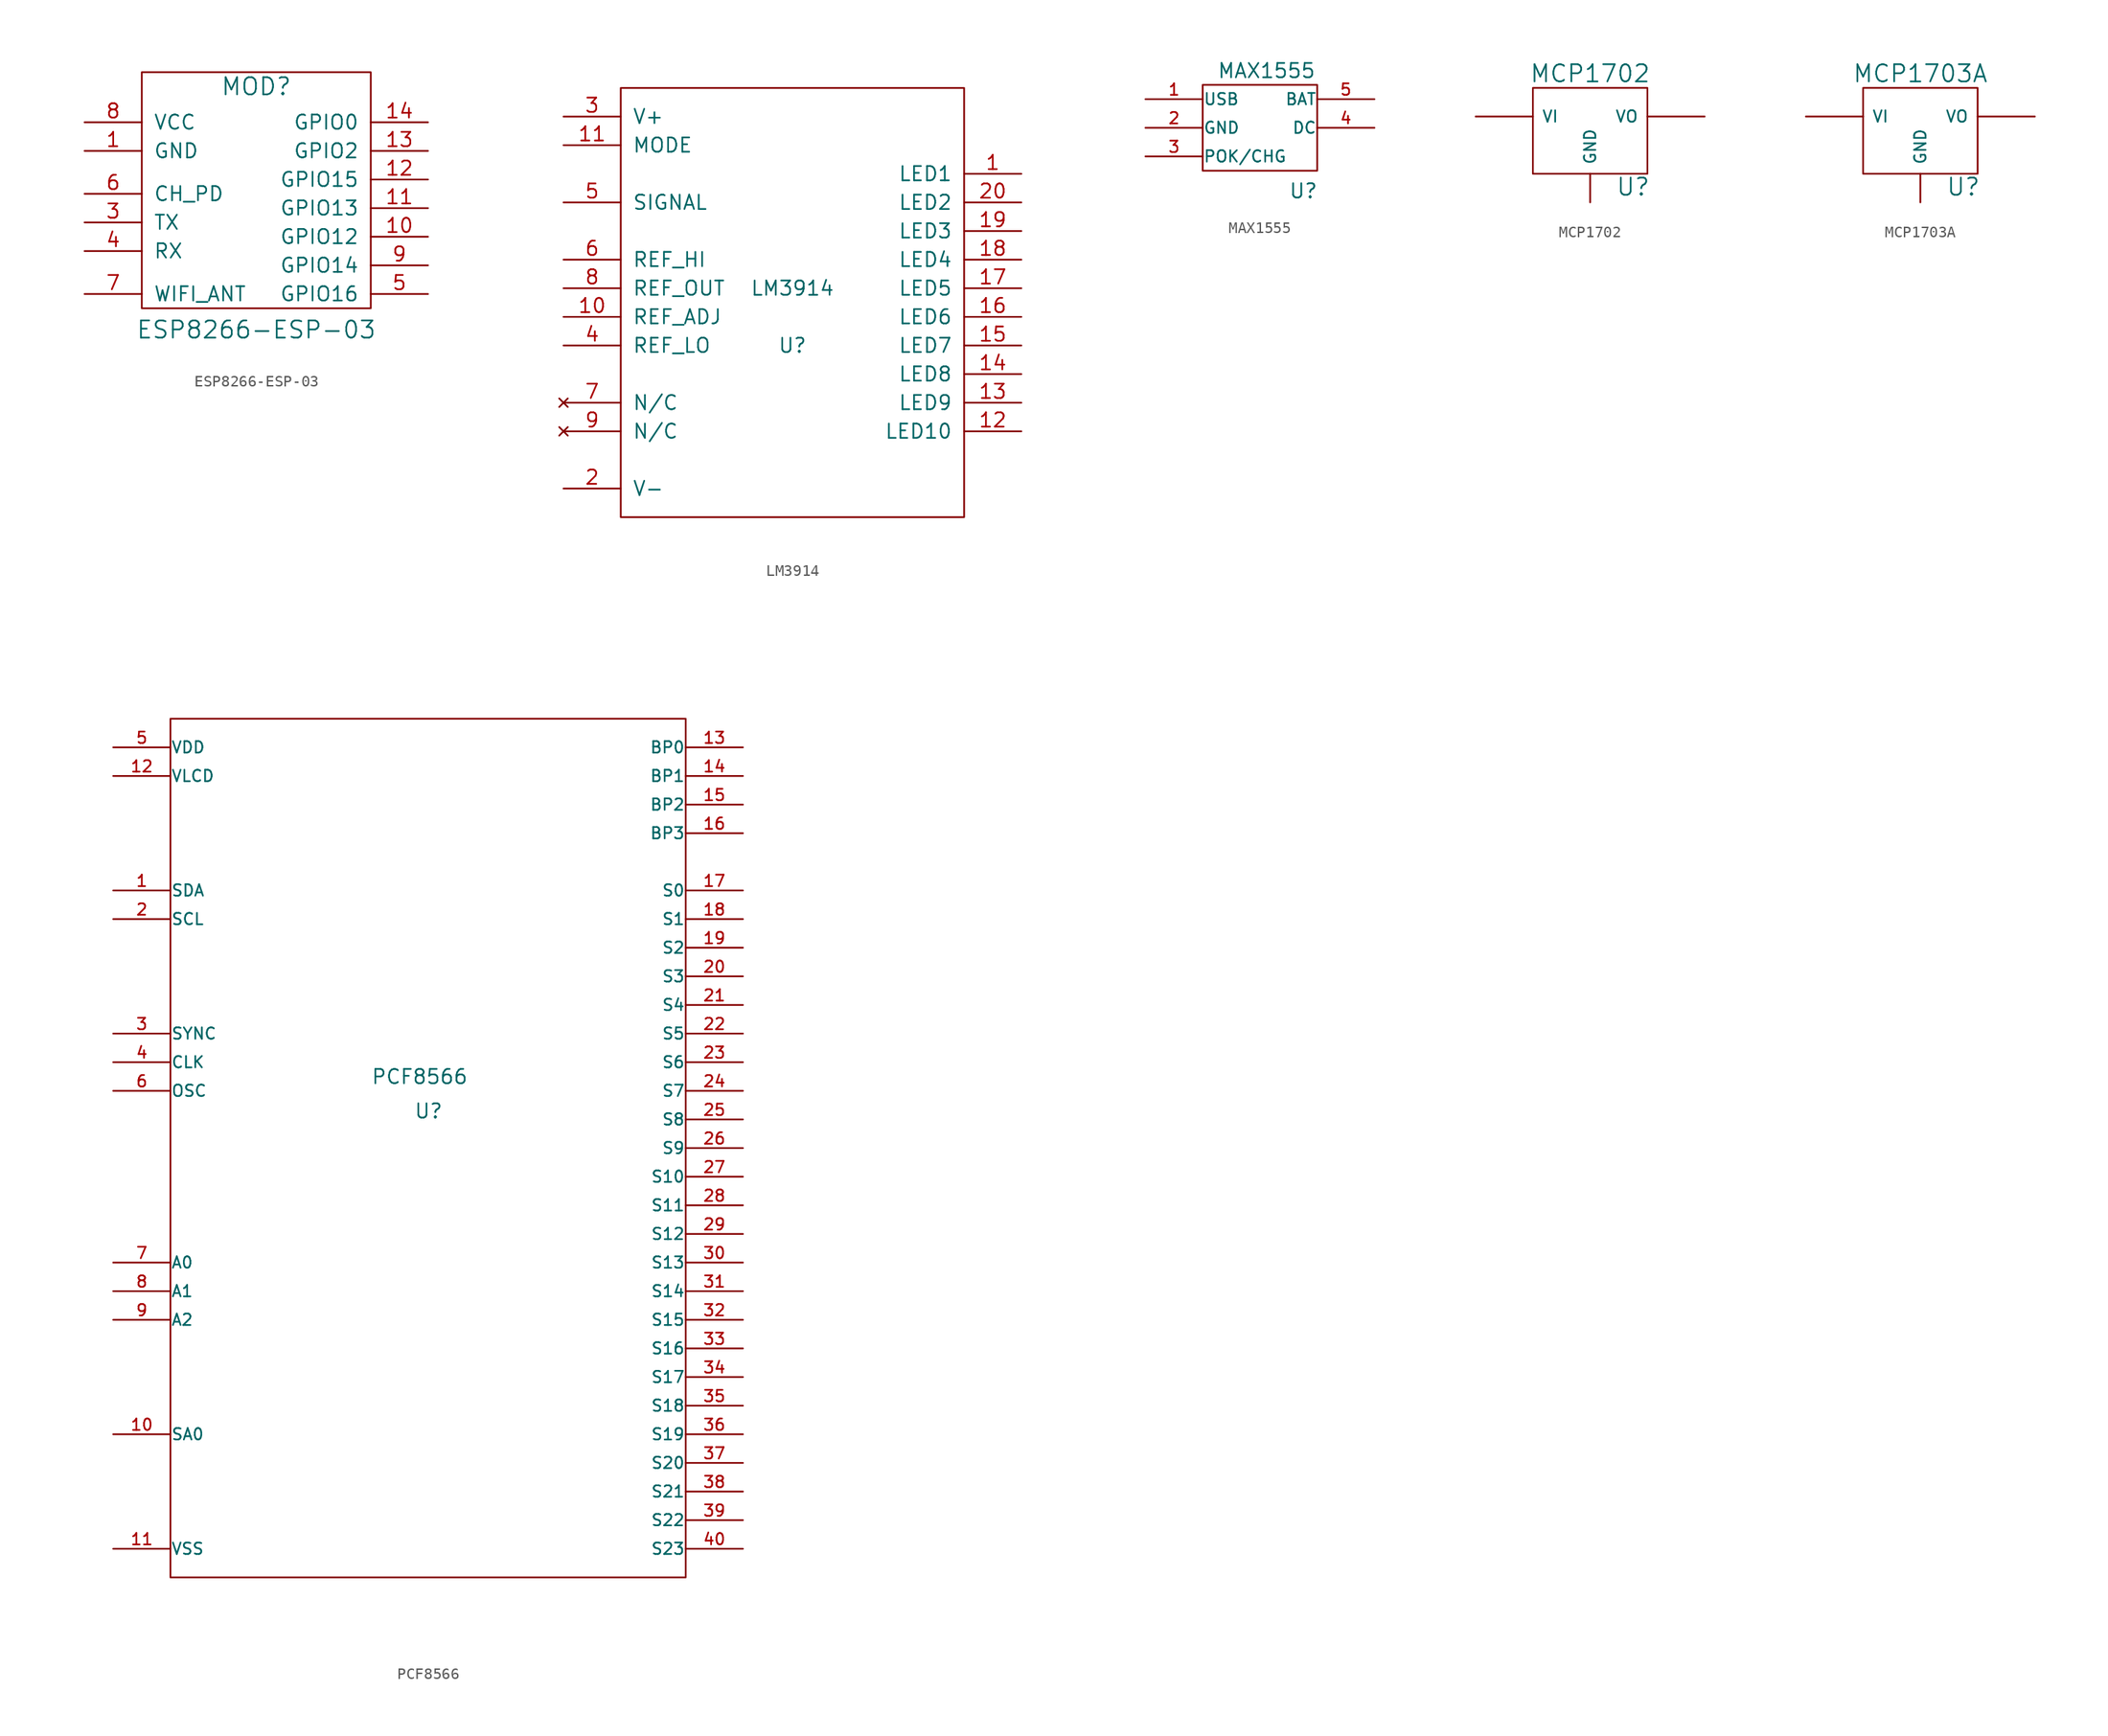
<source format=kicad_sym>
(kicad_symbol_lib
  (version 20211014)
  (generator kicad_symbol_editor)
  (symbol "ESP8266-ESP-03"
    (pin_names
      (offset 1.016))
    (property "Reference" "MOD"
      (at 0 18.415 0)
      (effects (font (size 1.524 1.524))))
    (property "Value" "ESP8266-ESP-03"
      (at 0 -3.175 0)
      (effects (font (size 1.524 1.524))))
    (property "Footprint" ""
      (at 0 0 0)
      (effects (font (size 1.524 1.524))))
    (property "Datasheet" ""
      (at 0 0 0)
      (effects (font (size 1.524 1.524))))
    (symbol "ESP8266-ESP-03_0_1"
      (rectangle (start -10.16 19.685) (end 10.16 -1.27) (stroke (width 0) (type default) (color 0 0 0 0)) (fill (type none))))
    (symbol "ESP8266-ESP-03_1_1"
      (pin input line (at -15.24 12.7 0) (length 5.08) (name "GND" (effects (font (size 1.27 1.27)))) (number "1" (effects (font (size 1.27 1.27)))))
      (pin input line (at 15.24 5.08 180) (length 5.08) (name "GPIO12" (effects (font (size 1.27 1.27)))) (number "10" (effects (font (size 1.27 1.27)))))
      (pin input line (at 15.24 7.62 180) (length 5.08) (name "GPIO13" (effects (font (size 1.27 1.27)))) (number "11" (effects (font (size 1.27 1.27)))))
      (pin input line (at 15.24 10.16 180) (length 5.08) (name "GPIO15" (effects (font (size 1.27 1.27)))) (number "12" (effects (font (size 1.27 1.27)))))
      (pin input line (at 15.24 12.7 180) (length 5.08) (name "GPIO2" (effects (font (size 1.27 1.27)))) (number "13" (effects (font (size 1.27 1.27)))))
      (pin input line (at 15.24 15.24 180) (length 5.08) (name "GPIO0" (effects (font (size 1.27 1.27)))) (number "14" (effects (font (size 1.27 1.27)))))
      (pin input line (at -15.24 6.35 0) (length 5.08) (name "TX" (effects (font (size 1.27 1.27)))) (number "3" (effects (font (size 1.27 1.27)))))
      (pin input line (at -15.24 3.81 0) (length 5.08) (name "RX" (effects (font (size 1.27 1.27)))) (number "4" (effects (font (size 1.27 1.27)))))
      (pin input line (at 15.24 0 180) (length 5.08) (name "GPIO16" (effects (font (size 1.27 1.27)))) (number "5" (effects (font (size 1.27 1.27)))))
      (pin input line (at -15.24 8.89 0) (length 5.08) (name "CH_PD" (effects (font (size 1.27 1.27)))) (number "6" (effects (font (size 1.27 1.27)))))
      (pin input line (at -15.24 0 0) (length 5.08) (name "WIFI_ANT" (effects (font (size 1.27 1.27)))) (number "7" (effects (font (size 1.27 1.27)))))
      (pin input line (at -15.24 15.24 0) (length 5.08) (name "VCC" (effects (font (size 1.27 1.27)))) (number "8" (effects (font (size 1.27 1.27)))))
      (pin input line (at 15.24 2.54 180) (length 5.08) (name "GPIO14" (effects (font (size 1.27 1.27)))) (number "9" (effects (font (size 1.27 1.27)))))))
  (symbol "LM3914"
    (pin_names
      (offset 1.016))
    (property "Reference" "U"
      (at 0 -2.54 0)
      (effects (font (size 1.27 1.27))))
    (property "Value" "LM3914"
      (at 0 2.54 0)
      (effects (font (size 1.27 1.27))))
    (symbol "LM3914_0_1"
      (rectangle (start -15.24 20.32) (end 15.24 -17.78) (stroke (width 0) (type default) (color 0 0 0 0)) (fill (type none))))
    (symbol "LM3914_1_1"
      (pin input line (at 20.32 12.7 180) (length 5.08) (name "LED1" (effects (font (size 1.27 1.27)))) (number "1" (effects (font (size 1.27 1.27)))))
      (pin input line (at -20.32 0 0) (length 5.08) (name "REF_ADJ" (effects (font (size 1.27 1.27)))) (number "10" (effects (font (size 1.27 1.27)))))
      (pin input line (at -20.32 15.24 0) (length 5.08) (name "MODE" (effects (font (size 1.27 1.27)))) (number "11" (effects (font (size 1.27 1.27)))))
      (pin input line (at 20.32 -10.16 180) (length 5.08) (name "LED10" (effects (font (size 1.27 1.27)))) (number "12" (effects (font (size 1.27 1.27)))))
      (pin input line (at 20.32 -7.62 180) (length 5.08) (name "LED9" (effects (font (size 1.27 1.27)))) (number "13" (effects (font (size 1.27 1.27)))))
      (pin input line (at 20.32 -5.08 180) (length 5.08) (name "LED8" (effects (font (size 1.27 1.27)))) (number "14" (effects (font (size 1.27 1.27)))))
      (pin input line (at 20.32 -2.54 180) (length 5.08) (name "LED7" (effects (font (size 1.27 1.27)))) (number "15" (effects (font (size 1.27 1.27)))))
      (pin input line (at 20.32 0 180) (length 5.08) (name "LED6" (effects (font (size 1.27 1.27)))) (number "16" (effects (font (size 1.27 1.27)))))
      (pin input line (at 20.32 2.54 180) (length 5.08) (name "LED5" (effects (font (size 1.27 1.27)))) (number "17" (effects (font (size 1.27 1.27)))))
      (pin input line (at 20.32 5.08 180) (length 5.08) (name "LED4" (effects (font (size 1.27 1.27)))) (number "18" (effects (font (size 1.27 1.27)))))
      (pin input line (at 20.32 7.62 180) (length 5.08) (name "LED3" (effects (font (size 1.27 1.27)))) (number "19" (effects (font (size 1.27 1.27)))))
      (pin power_in line (at -20.32 -15.24 0) (length 5.08) (name "V-" (effects (font (size 1.27 1.27)))) (number "2" (effects (font (size 1.27 1.27)))))
      (pin input line (at 20.32 10.16 180) (length 5.08) (name "LED2" (effects (font (size 1.27 1.27)))) (number "20" (effects (font (size 1.27 1.27)))))
      (pin power_in line (at -20.32 17.78 0) (length 5.08) (name "V+" (effects (font (size 1.27 1.27)))) (number "3" (effects (font (size 1.27 1.27)))))
      (pin input line (at -20.32 -2.54 0) (length 5.08) (name "REF_LO" (effects (font (size 1.27 1.27)))) (number "4" (effects (font (size 1.27 1.27)))))
      (pin input line (at -20.32 10.16 0) (length 5.08) (name "SIGNAL" (effects (font (size 1.27 1.27)))) (number "5" (effects (font (size 1.27 1.27)))))
      (pin bidirectional line (at -20.32 5.08 0) (length 5.08) (name "REF_HI" (effects (font (size 1.27 1.27)))) (number "6" (effects (font (size 1.27 1.27)))))
      (pin no_connect line (at -20.32 -7.62 0) (length 5.08) (name "N/C" (effects (font (size 1.27 1.27)))) (number "7" (effects (font (size 1.27 1.27)))))
      (pin output line (at -20.32 2.54 0) (length 5.08) (name "REF_OUT" (effects (font (size 1.27 1.27)))) (number "8" (effects (font (size 1.27 1.27)))))
      (pin no_connect line (at -20.32 -10.16 0) (length 5.08) (name "N/C" (effects (font (size 1.27 1.27)))) (number "9" (effects (font (size 1.27 1.27)))))))
  (symbol "MAX1555"
    (pin_names
      (offset 0.025))
    (property "Reference" "U"
      (at 2.54 -6.35 0)
      (effects (font (size 1.27 1.27)) (justify left bottom)))
    (property "Value" "MAX1555"
      (at -3.81 4.318 0)
      (effects (font (size 1.27 1.27)) (justify left bottom)))
    (property "Footprint" ""
      (at 0 0 0)
      (effects (font (size 1.524 1.524))))
    (property "Datasheet" ""
      (at 0 0 0)
      (effects (font (size 1.524 1.524))))
    (symbol "MAX1555_0_1"
      (rectangle (start 5.08 -3.81) (end -5.08 3.81) (stroke (width 0) (type default) (color 0 0 0 0)) (fill (type none))))
    (symbol "MAX1555_1_1"
      (pin power_in line (at -10.16 2.54 0) (length 5.08) (name "USB" (effects (font (size 1.016 1.016)))) (number "1" (effects (font (size 1.016 1.016)))))
      (pin power_in line (at -10.16 0 0) (length 5.08) (name "GND" (effects (font (size 1.016 1.016)))) (number "2" (effects (font (size 1.016 1.016)))))
      (pin bidirectional line (at -10.16 -2.54 0) (length 5.08) (name "POK/CHG" (effects (font (size 1.016 1.016)))) (number "3" (effects (font (size 1.016 1.016)))))
      (pin power_in line (at 10.16 0 180) (length 5.08) (name "DC" (effects (font (size 1.016 1.016)))) (number "4" (effects (font (size 1.016 1.016)))))
      (pin power_out line (at 10.16 2.54 180) (length 5.08) (name "BAT" (effects (font (size 1.016 1.016)))) (number "5" (effects (font (size 1.016 1.016)))))))
  (symbol "MCP1702"
    (pin_numbers hide)
    (pin_names
      (offset 0.762))
    (property "Reference" "U"
      (at 3.81 -4.978 0)
      (effects (font (size 1.524 1.524))))
    (property "Value" "MCP1702"
      (at 0 5.08 0)
      (effects (font (size 1.524 1.524))))
    (property "Footprint" ""
      (at 0 0 0)
      (effects (font (size 1.524 1.524))))
    (property "Datasheet" ""
      (at 0 0 0)
      (effects (font (size 1.524 1.524))))
    (symbol "MCP1702_0_1"
      (rectangle (start -5.08 -3.81) (end 5.08 3.81) (stroke (width 0) (type default) (color 0 0 0 0)) (fill (type none))))
    (symbol "MCP1702_1_1"
      (pin input line (at 0 -6.35 90) (length 2.54) (name "GND" (effects (font (size 1.016 1.016)))) (number "GND" (effects (font (size 1.016 1.016)))))
      (pin input line (at -10.16 1.27 0) (length 5.08) (name "VI" (effects (font (size 1.016 1.016)))) (number "VI" (effects (font (size 1.016 1.016)))))
      (pin power_out line (at 10.16 1.27 180) (length 5.08) (name "VO" (effects (font (size 1.016 1.016)))) (number "VO" (effects (font (size 1.016 1.016)))))))
  (symbol "MCP1703A"
    (pin_numbers hide)
    (pin_names
      (offset 0.762))
    (property "Reference" "U"
      (at 3.81 -4.978 0)
      (effects (font (size 1.524 1.524))))
    (property "Value" "MCP1703A"
      (at 0 5.08 0)
      (effects (font (size 1.524 1.524))))
    (property "Footprint" ""
      (at 0 0 0)
      (effects (font (size 1.524 1.524))))
    (property "Datasheet" ""
      (at 0 0 0)
      (effects (font (size 1.524 1.524))))
    (symbol "MCP1703A_0_1"
      (rectangle (start -5.08 -3.81) (end 5.08 3.81) (stroke (width 0) (type default) (color 0 0 0 0)) (fill (type none))))
    (symbol "MCP1703A_1_1"
      (pin input line (at 0 -6.35 90) (length 2.54) (name "GND" (effects (font (size 1.016 1.016)))) (number "GND" (effects (font (size 1.016 1.016)))))
      (pin input line (at -10.16 1.27 0) (length 5.08) (name "VI" (effects (font (size 1.016 1.016)))) (number "VI" (effects (font (size 1.016 1.016)))))
      (pin power_out line (at 10.16 1.27 180) (length 5.08) (name "VO" (effects (font (size 1.016 1.016)))) (number "VO" (effects (font (size 1.016 1.016)))))))
  (symbol "PCF8566"
    (pin_names
      (offset 0.025))
    (property "Reference" "U"
      (at -1.27 2.54 0)
      (effects (font (size 1.27 1.27)) (justify left bottom)))
    (property "Value" "PCF8566"
      (at -5.08 5.588 0)
      (effects (font (size 1.27 1.27)) (justify left bottom)))
    (property "Footprint" ""
      (at 0 0 0)
      (effects (font (size 1.524 1.524))))
    (property "Datasheet" ""
      (at 0 0 0)
      (effects (font (size 1.524 1.524))))
    (symbol "PCF8566_0_1"
      (rectangle (start 22.86 -38.1) (end -22.86 38.1) (stroke (width 0) (type default) (color 0 0 0 0)) (fill (type none))))
    (symbol "PCF8566_1_1"
      (pin bidirectional line (at -27.94 22.86 0) (length 5.08) (name "SDA" (effects (font (size 1.016 1.016)))) (number "1" (effects (font (size 1.016 1.016)))))
      (pin passive line (at -27.94 -25.4 0) (length 5.08) (name "SA0" (effects (font (size 1.016 1.016)))) (number "10" (effects (font (size 1.016 1.016)))))
      (pin power_in line (at -27.94 -35.56 0) (length 5.08) (name "VSS" (effects (font (size 1.016 1.016)))) (number "11" (effects (font (size 1.016 1.016)))))
      (pin power_in line (at -27.94 33.02 0) (length 5.08) (name "VLCD" (effects (font (size 1.016 1.016)))) (number "12" (effects (font (size 1.016 1.016)))))
      (pin bidirectional line (at 27.94 35.56 180) (length 5.08) (name "BP0" (effects (font (size 1.016 1.016)))) (number "13" (effects (font (size 1.016 1.016)))))
      (pin bidirectional line (at 27.94 33.02 180) (length 5.08) (name "BP1" (effects (font (size 1.016 1.016)))) (number "14" (effects (font (size 1.016 1.016)))))
      (pin bidirectional line (at 27.94 30.48 180) (length 5.08) (name "BP2" (effects (font (size 1.016 1.016)))) (number "15" (effects (font (size 1.016 1.016)))))
      (pin bidirectional line (at 27.94 27.94 180) (length 5.08) (name "BP3" (effects (font (size 1.016 1.016)))) (number "16" (effects (font (size 1.016 1.016)))))
      (pin bidirectional line (at 27.94 22.86 180) (length 5.08) (name "S0" (effects (font (size 1.016 1.016)))) (number "17" (effects (font (size 1.016 1.016)))))
      (pin bidirectional line (at 27.94 20.32 180) (length 5.08) (name "S1" (effects (font (size 1.016 1.016)))) (number "18" (effects (font (size 1.016 1.016)))))
      (pin bidirectional line (at 27.94 17.78 180) (length 5.08) (name "S2" (effects (font (size 1.016 1.016)))) (number "19" (effects (font (size 1.016 1.016)))))
      (pin bidirectional line (at -27.94 20.32 0) (length 5.08) (name "SCL" (effects (font (size 1.016 1.016)))) (number "2" (effects (font (size 1.016 1.016)))))
      (pin bidirectional line (at 27.94 15.24 180) (length 5.08) (name "S3" (effects (font (size 1.016 1.016)))) (number "20" (effects (font (size 1.016 1.016)))))
      (pin bidirectional line (at 27.94 12.7 180) (length 5.08) (name "S4" (effects (font (size 1.016 1.016)))) (number "21" (effects (font (size 1.016 1.016)))))
      (pin bidirectional line (at 27.94 10.16 180) (length 5.08) (name "S5" (effects (font (size 1.016 1.016)))) (number "22" (effects (font (size 1.016 1.016)))))
      (pin bidirectional line (at 27.94 7.62 180) (length 5.08) (name "S6" (effects (font (size 1.016 1.016)))) (number "23" (effects (font (size 1.016 1.016)))))
      (pin bidirectional line (at 27.94 5.08 180) (length 5.08) (name "S7" (effects (font (size 1.016 1.016)))) (number "24" (effects (font (size 1.016 1.016)))))
      (pin bidirectional line (at 27.94 2.54 180) (length 5.08) (name "S8" (effects (font (size 1.016 1.016)))) (number "25" (effects (font (size 1.016 1.016)))))
      (pin bidirectional line (at 27.94 0 180) (length 5.08) (name "S9" (effects (font (size 1.016 1.016)))) (number "26" (effects (font (size 1.016 1.016)))))
      (pin bidirectional line (at 27.94 -2.54 180) (length 5.08) (name "S10" (effects (font (size 1.016 1.016)))) (number "27" (effects (font (size 1.016 1.016)))))
      (pin bidirectional line (at 27.94 -5.08 180) (length 5.08) (name "S11" (effects (font (size 1.016 1.016)))) (number "28" (effects (font (size 1.016 1.016)))))
      (pin bidirectional line (at 27.94 -7.62 180) (length 5.08) (name "S12" (effects (font (size 1.016 1.016)))) (number "29" (effects (font (size 1.016 1.016)))))
      (pin bidirectional line (at -27.94 10.16 0) (length 5.08) (name "SYNC" (effects (font (size 1.016 1.016)))) (number "3" (effects (font (size 1.016 1.016)))))
      (pin bidirectional line (at 27.94 -10.16 180) (length 5.08) (name "S13" (effects (font (size 1.016 1.016)))) (number "30" (effects (font (size 1.016 1.016)))))
      (pin bidirectional line (at 27.94 -12.7 180) (length 5.08) (name "S14" (effects (font (size 1.016 1.016)))) (number "31" (effects (font (size 1.016 1.016)))))
      (pin bidirectional line (at 27.94 -15.24 180) (length 5.08) (name "S15" (effects (font (size 1.016 1.016)))) (number "32" (effects (font (size 1.016 1.016)))))
      (pin bidirectional line (at 27.94 -17.78 180) (length 5.08) (name "S16" (effects (font (size 1.016 1.016)))) (number "33" (effects (font (size 1.016 1.016)))))
      (pin bidirectional line (at 27.94 -20.32 180) (length 5.08) (name "S17" (effects (font (size 1.016 1.016)))) (number "34" (effects (font (size 1.016 1.016)))))
      (pin bidirectional line (at 27.94 -22.86 180) (length 5.08) (name "S18" (effects (font (size 1.016 1.016)))) (number "35" (effects (font (size 1.016 1.016)))))
      (pin bidirectional line (at 27.94 -25.4 180) (length 5.08) (name "S19" (effects (font (size 1.016 1.016)))) (number "36" (effects (font (size 1.016 1.016)))))
      (pin bidirectional line (at 27.94 -27.94 180) (length 5.08) (name "S20" (effects (font (size 1.016 1.016)))) (number "37" (effects (font (size 1.016 1.016)))))
      (pin bidirectional line (at 27.94 -30.48 180) (length 5.08) (name "S21" (effects (font (size 1.016 1.016)))) (number "38" (effects (font (size 1.016 1.016)))))
      (pin bidirectional line (at 27.94 -33.02 180) (length 5.08) (name "S22" (effects (font (size 1.016 1.016)))) (number "39" (effects (font (size 1.016 1.016)))))
      (pin bidirectional line (at -27.94 7.62 0) (length 5.08) (name "CLK" (effects (font (size 1.016 1.016)))) (number "4" (effects (font (size 1.016 1.016)))))
      (pin bidirectional line (at 27.94 -35.56 180) (length 5.08) (name "S23" (effects (font (size 1.016 1.016)))) (number "40" (effects (font (size 1.016 1.016)))))
      (pin power_in line (at -27.94 35.56 0) (length 5.08) (name "VDD" (effects (font (size 1.016 1.016)))) (number "5" (effects (font (size 1.016 1.016)))))
      (pin bidirectional line (at -27.94 5.08 0) (length 5.08) (name "OSC" (effects (font (size 1.016 1.016)))) (number "6" (effects (font (size 1.016 1.016)))))
      (pin passive line (at -27.94 -10.16 0) (length 5.08) (name "A0" (effects (font (size 1.016 1.016)))) (number "7" (effects (font (size 1.016 1.016)))))
      (pin passive line (at -27.94 -12.7 0) (length 5.08) (name "A1" (effects (font (size 1.016 1.016)))) (number "8" (effects (font (size 1.016 1.016)))))
      (pin passive line (at -27.94 -15.24 0) (length 5.08) (name "A2" (effects (font (size 1.016 1.016)))) (number "9" (effects (font (size 1.016 1.016))))))))
</source>
